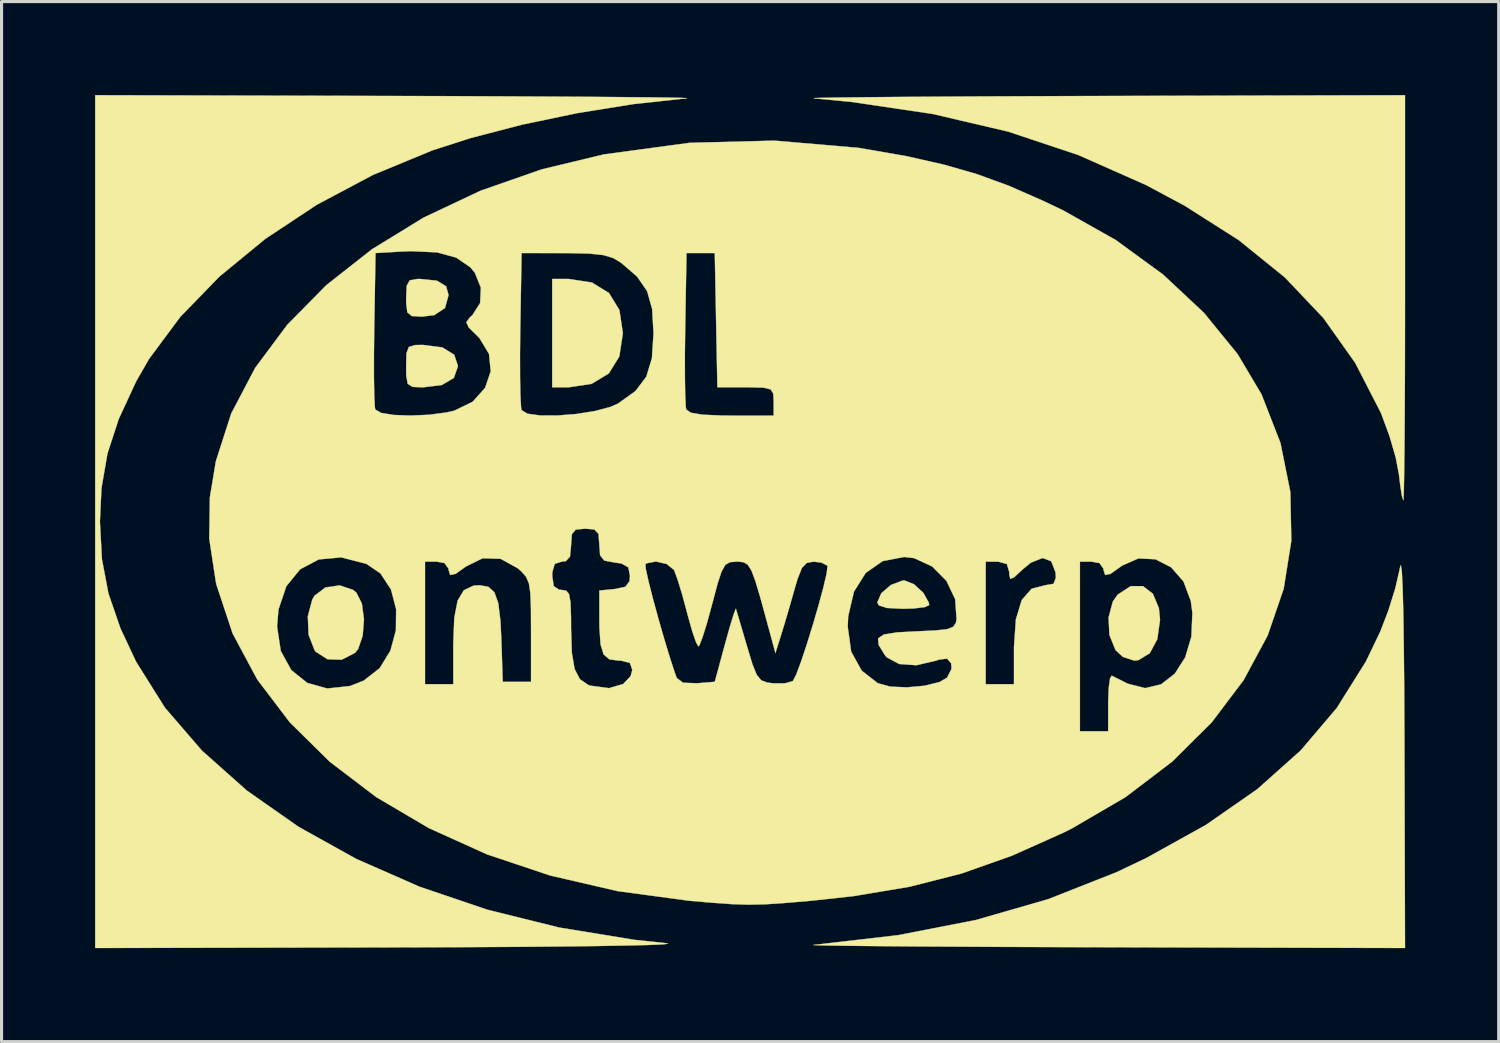
<source format=kicad_pcb>
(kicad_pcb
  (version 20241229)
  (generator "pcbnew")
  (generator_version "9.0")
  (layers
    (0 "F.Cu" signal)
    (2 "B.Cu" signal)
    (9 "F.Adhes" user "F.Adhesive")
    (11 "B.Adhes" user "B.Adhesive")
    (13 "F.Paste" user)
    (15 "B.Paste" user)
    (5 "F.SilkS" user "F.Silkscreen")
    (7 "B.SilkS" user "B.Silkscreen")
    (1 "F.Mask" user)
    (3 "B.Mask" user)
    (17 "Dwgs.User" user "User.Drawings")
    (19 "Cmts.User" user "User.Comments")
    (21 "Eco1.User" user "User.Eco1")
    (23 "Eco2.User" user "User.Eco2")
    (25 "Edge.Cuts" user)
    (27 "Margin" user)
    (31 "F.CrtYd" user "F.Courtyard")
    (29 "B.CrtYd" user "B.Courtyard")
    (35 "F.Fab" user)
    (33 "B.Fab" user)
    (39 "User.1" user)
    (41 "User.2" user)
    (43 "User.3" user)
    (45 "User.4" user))
  (footprint "LOGO1"
    (layer "F.Cu")
    (at 21.02 13.612)
    (property "Reference" "LOGO1" (at 0 0 0) (layer "F.SilkS") (effects (font (size 1.524 1.524) (thickness 0.3))))
    (attr through_hole)
    (fp_poly (pts (xy -5.078 -7.597) (xy -4.529 -7.26) (xy -4.194 -6.712) (xy -4.082 -5.972) (xy -4.197 -5.224) (xy -4.535 -4.678) (xy -5.086 -4.345) (xy -5.831 -4.233) (xy -6.35 -4.233) (xy -6.35 -7.711) (xy -5.831 -7.711) (xy -5.078 -7.597)) (stroke (width 0.01) (type solid)) (fill yes) (layer "F.SilkS"))
    (fp_poly (pts (xy -10.051 -7.655) (xy -9.756 -7.477) (xy -9.676 -7.196) (xy -9.791 -6.778) (xy -10.138 -6.55) (xy -10.538 -6.501) (xy -10.858 -6.521) (xy -11 -6.64) (xy -11.036 -6.945) (xy -11.037 -7.106) (xy -11.019 -7.494) (xy -10.922 -7.666) (xy -10.683 -7.71) (xy -10.596 -7.711) (xy -10.051 -7.655)) (stroke (width 0.01) (type solid)) (fill yes) (layer "F.SilkS"))
    (fp_poly (pts (xy -9.875 -5.514) (xy -9.496 -5.28) (xy -9.374 -4.914) (xy -9.506 -4.536) (xy -9.893 -4.307) (xy -10.498 -4.233) (xy -10.829 -4.247) (xy -10.986 -4.344) (xy -11.034 -4.606) (xy -11.037 -4.914) (xy -11.026 -5.332) (xy -10.949 -5.53) (xy -10.742 -5.59) (xy -10.498 -5.594) (xy -9.875 -5.514)) (stroke (width 0.01) (type solid)) (fill yes) (layer "F.SilkS"))
    (fp_poly (pts (xy 5.258 2.085) (xy 5.559 2.362) (xy 5.735 2.676) (xy 5.745 2.755) (xy 5.608 2.819) (xy 5.256 2.862) (xy 4.914 2.873) (xy 4.392 2.847) (xy 4.131 2.764) (xy 4.082 2.669) (xy 4.21 2.374) (xy 4.517 2.109) (xy 4.885 1.97) (xy 4.955 1.965) (xy 5.258 2.085)) (stroke (width 0.01) (type solid)) (fill yes) (layer "F.SilkS"))
    (fp_poly (pts (xy 12.607 2.146) (xy 12.924 2.391) (xy 13.117 2.851) (xy 13.154 3.228) (xy 13.066 3.851) (xy 12.825 4.299) (xy 12.462 4.52) (xy 12.322 4.536) (xy 11.959 4.415) (xy 11.726 4.2) (xy 11.53 3.716) (xy 11.502 3.154) (xy 11.637 2.645) (xy 11.793 2.419) (xy 12.214 2.146) (xy 12.607 2.146)) (stroke (width 0.01) (type solid)) (fill yes) (layer "F.SilkS"))
    (fp_poly (pts (xy -12.743 2.266) (xy -12.635 2.354) (xy -12.458 2.705) (xy -12.391 3.208) (xy -12.432 3.736) (xy -12.577 4.162) (xy -12.674 4.285) (xy -13.102 4.506) (xy -13.559 4.493) (xy -13.935 4.254) (xy -13.977 4.2) (xy -14.168 3.706) (xy -14.192 3.113) (xy -14.049 2.575) (xy -13.977 2.453) (xy -13.627 2.188) (xy -13.173 2.122) (xy -12.743 2.266)) (stroke (width 0.01) (type solid)) (fill yes) (layer "F.SilkS"))
    (fp_poly (pts (xy 20.913 1.675) (xy 20.938 2.175) (xy 20.96 2.967) (xy 20.976 4.048) (xy 20.989 5.415) (xy 20.997 7.065) (xy 20.997 7.219) (xy 21.015 13.758) (xy 11.226 13.733) (xy 9.556 13.728) (xy 7.994 13.722) (xy 6.563 13.714) (xy 5.287 13.707) (xy 4.187 13.698) (xy 3.288 13.689) (xy 2.612 13.68) (xy 2.182 13.671) (xy 2.023 13.662) (xy 2.041 13.659) (xy 4.748 13.346) (xy 7.243 12.86) (xy 9.568 12.19) (xy 11.765 11.323) (xy 12.7 10.878) (xy 14.628 9.807) (xy 16.278 8.659) (xy 17.671 7.415) (xy 18.825 6.057) (xy 19.76 4.565) (xy 20.22 3.608) (xy 20.482 2.926) (xy 20.705 2.211) (xy 20.843 1.609) (xy 20.849 1.566) (xy 20.883 1.471) (xy 20.913 1.675)) (stroke (width 0.01) (type solid)) (fill yes) (layer "F.SilkS"))
    (fp_poly (pts (xy 21.015 -7.106) (xy 21.014 -5.737) (xy 21.011 -4.466) (xy 21.005 -3.324) (xy 20.998 -2.341) (xy 20.989 -1.549) (xy 20.979 -0.979) (xy 20.968 -0.661) (xy 20.961 -0.605) (xy 20.917 -0.741) (xy 20.861 -1.093) (xy 20.821 -1.435) (xy 20.716 -1.984) (xy 20.517 -2.668) (xy 20.265 -3.351) (xy 20.228 -3.439) (xy 19.415 -5.02) (xy 18.399 -6.454) (xy 17.159 -7.761) (xy 15.675 -8.961) (xy 13.927 -10.072) (xy 12.7 -10.727) (xy 10.544 -11.683) (xy 8.28 -12.439) (xy 5.865 -13.004) (xy 3.257 -13.391) (xy 2.041 -13.507) (xy 2.082 -13.516) (xy 2.403 -13.525) (xy 2.98 -13.534) (xy 3.789 -13.543) (xy 4.809 -13.552) (xy 6.015 -13.56) (xy 7.385 -13.568) (xy 8.896 -13.574) (xy 10.524 -13.58) (xy 11.226 -13.582) (xy 21.015 -13.607) (xy 21.015 -7.106)) (stroke (width 0.01) (type solid)) (fill yes) (layer "F.SilkS"))
    (fp_poly (pts (xy -11.226 -13.582) (xy -9.556 -13.577) (xy -7.994 -13.57) (xy -6.563 -13.563) (xy -5.287 -13.556) (xy -4.187 -13.547) (xy -3.288 -13.539) (xy -2.612 -13.53) (xy -2.182 -13.521) (xy -2.023 -13.512) (xy -2.041 -13.508) (xy -3.751 -13.321) (xy -5.542 -13.033) (xy -7.315 -12.663) (xy -8.97 -12.232) (xy -10.189 -11.84) (xy -12.105 -11.048) (xy -13.906 -10.091) (xy -15.559 -8.996) (xy -17.029 -7.788) (xy -18.284 -6.496) (xy -19.288 -5.144) (xy -19.701 -4.425) (xy -20.26 -3.217) (xy -20.622 -2.109) (xy -20.814 -0.997) (xy -20.864 0.076) (xy -20.8 1.278) (xy -20.59 2.385) (xy -20.206 3.499) (xy -19.701 4.576) (xy -18.778 6.047) (xy -17.587 7.428) (xy -16.151 8.705) (xy -14.494 9.867) (xy -12.639 10.899) (xy -10.61 11.791) (xy -8.43 12.53) (xy -6.124 13.102) (xy -3.713 13.496) (xy -2.721 13.601) (xy -2.629 13.622) (xy -2.822 13.643) (xy -3.283 13.662) (xy -3.997 13.679) (xy -4.945 13.695) (xy -6.11 13.709) (xy -7.477 13.721) (xy -9.028 13.73) (xy -10.746 13.736) (xy -11.226 13.737) (xy -21.015 13.758) (xy -21.015 -13.607) (xy -11.226 -13.582)) (stroke (width 0.01) (type solid)) (fill yes) (layer "F.SilkS"))
    (fp_poly (pts (xy 3.485 -11.917) (xy 5.023 -11.65) (xy 6.223 -11.378) (xy 7.279 -11.074) (xy 8.303 -10.7) (xy 9.406 -10.216) (xy 10.054 -9.906) (xy 11.733 -8.96) (xy 13.248 -7.855) (xy 14.564 -6.623) (xy 15.646 -5.296) (xy 16.411 -4.007) (xy 17.019 -2.446) (xy 17.335 -0.875) (xy 17.367 0.69) (xy 17.122 2.23) (xy 16.609 3.727) (xy 15.836 5.162) (xy 14.812 6.518) (xy 13.544 7.777) (xy 12.041 8.92) (xy 10.311 9.929) (xy 10.054 10.057) (xy 8.397 10.798) (xy 6.781 11.369) (xy 5.114 11.793) (xy 3.309 12.095) (xy 1.904 12.247) (xy 1.098 12.315) (xy 0.483 12.356) (xy -0.042 12.367) (xy -0.578 12.351) (xy -1.224 12.305) (xy -1.973 12.24) (xy -4.255 11.932) (xy -6.417 11.432) (xy -8.441 10.754) (xy -10.308 9.911) (xy -11.998 8.915) (xy -13.492 7.779) (xy -14.771 6.517) (xy -15.815 5.142) (xy -16.606 3.665) (xy -16.682 3.436) (xy -15.18 3.436) (xy -15.061 4.226) (xy -14.723 4.84) (xy -14.211 5.251) (xy -13.569 5.431) (xy -12.84 5.352) (xy -12.398 5.178) (xy -11.886 4.778) (xy -11.542 4.216) (xy -11.366 3.562) (xy -11.359 2.885) (xy -11.524 2.254) (xy -11.862 1.738) (xy -12.312 1.431) (xy -12.585 1.361) (xy -10.432 1.361) (xy -10.432 5.292) (xy -9.525 5.292) (xy -9.525 3.981) (xy -9.493 3.166) (xy -9.386 2.612) (xy -9.187 2.279) (xy -8.879 2.132) (xy -8.689 2.117) (xy -8.402 2.165) (xy -8.206 2.342) (xy -8.082 2.692) (xy -8.011 3.264) (xy -7.982 3.863) (xy -7.938 5.216) (xy -7.03 5.216) (xy -7.03 3.578) (xy -7.033 2.854) (xy -7.052 2.367) (xy -7.099 2.053) (xy -7.19 1.845) (xy -7.217 1.814) (xy -6.35 1.814) (xy -6.302 2.146) (xy -6.126 2.263) (xy -6.048 2.268) (xy -5.899 2.292) (xy -5.809 2.405) (xy -5.763 2.667) (xy -5.747 3.136) (xy -5.745 3.524) (xy -5.72 4.287) (xy -5.632 4.804) (xy -5.464 5.129) (xy -5.197 5.316) (xy -5.14 5.338) (xy -4.527 5.42) (xy -4.072 5.286) (xy -3.835 5.036) (xy -3.78 4.833) (xy -3.857 4.612) (xy -4.136 4.537) (xy -4.217 4.536) (xy -4.515 4.496) (xy -4.701 4.339) (xy -4.8 4.012) (xy -4.836 3.46) (xy -4.838 3.172) (xy -4.838 2.287) (xy -4.347 2.24) (xy -4.002 2.167) (xy -3.87 1.989) (xy -3.855 1.814) (xy -3.907 1.544) (xy -4.081 1.444) (xy -3.36 1.444) (xy -3.345 1.605) (xy -3.261 1.988) (xy -3.124 2.527) (xy -2.953 3.155) (xy -2.766 3.806) (xy -2.583 4.413) (xy -2.421 4.909) (xy -2.354 5.093) (xy -2.152 5.246) (xy -1.702 5.263) (xy -1.134 5.216) (xy -0.806 4.007) (xy -0.655 3.465) (xy -0.534 3.068) (xy -0.464 2.878) (xy -0.455 2.873) (xy -0.404 3.044) (xy -0.29 3.429) (xy -0.136 3.953) (xy -0.098 4.082) (xy 0.075 4.652) (xy 0.213 4.993) (xy 0.358 5.169) (xy 0.556 5.242) (xy 0.741 5.265) (xy 1.123 5.264) (xy 1.366 5.194) (xy 1.375 5.186) (xy 1.478 4.987) (xy 1.633 4.574) (xy 1.818 4.018) (xy 1.995 3.447) (xy 3.132 3.447) (xy 3.243 4.249) (xy 3.58 4.858) (xy 4.097 5.261) (xy 4.494 5.37) (xy 5.034 5.394) (xy 5.601 5.342) (xy 6.079 5.223) (xy 6.319 5.085) (xy 6.463 4.801) (xy 6.452 4.625) (xy 6.322 4.472) (xy 6.06 4.504) (xy 5.968 4.537) (xy 5.338 4.684) (xy 4.783 4.645) (xy 4.382 4.428) (xy 4.318 4.351) (xy 4.126 4.034) (xy 4.106 3.825) (xy 4.29 3.699) (xy 4.713 3.63) (xy 5.329 3.597) (xy 5.944 3.569) (xy 6.319 3.528) (xy 6.517 3.453) (xy 6.602 3.326) (xy 6.625 3.21) (xy 6.58 2.565) (xy 6.3 1.977) (xy 5.842 1.515) (xy 5.509 1.361) (xy 7.56 1.361) (xy 7.56 5.292) (xy 8.467 5.292) (xy 8.467 4.103) (xy 8.528 3.214) (xy 8.716 2.593) (xy 9.034 2.23) (xy 9.47 2.117) (xy 9.739 2.071) (xy 9.812 1.873) (xy 9.8 1.702) (xy 9.668 1.361) (xy 10.583 1.361) (xy 10.583 6.804) (xy 11.49 6.804) (xy 11.49 5.884) (xy 11.507 5.413) (xy 11.551 5.101) (xy 11.604 5.019) (xy 11.81 5.122) (xy 12.122 5.278) (xy 12.678 5.419) (xy 13.19 5.297) (xy 13.628 4.955) (xy 13.962 4.431) (xy 14.16 3.766) (xy 14.192 3) (xy 14.142 2.624) (xy 13.908 1.998) (xy 13.51 1.541) (xy 13.008 1.284) (xy 12.463 1.256) (xy 11.934 1.488) (xy 11.903 1.512) (xy 11.564 1.753) (xy 11.393 1.789) (xy 11.34 1.627) (xy 11.339 1.587) (xy 11.208 1.405) (xy 10.961 1.361) (xy 10.583 1.361) (xy 9.668 1.361) (xy 9.663 1.347) (xy 9.388 1.243) (xy 9.011 1.392) (xy 8.754 1.602) (xy 8.475 1.859) (xy 8.35 1.916) (xy 8.317 1.786) (xy 8.315 1.691) (xy 8.239 1.436) (xy 7.961 1.361) (xy 7.938 1.361) (xy 7.56 1.361) (xy 5.509 1.361) (xy 5.265 1.248) (xy 4.944 1.21) (xy 4.254 1.343) (xy 3.709 1.723) (xy 3.332 2.323) (xy 3.147 3.113) (xy 3.132 3.447) (xy 1.995 3.447) (xy 2.014 3.387) (xy 2.199 2.751) (xy 2.353 2.179) (xy 2.455 1.741) (xy 2.485 1.506) (xy 2.48 1.489) (xy 2.284 1.389) (xy 2.036 1.361) (xy 1.819 1.4) (xy 1.663 1.561) (xy 1.523 1.913) (xy 1.43 2.23) (xy 1.259 2.83) (xy 1.085 3.417) (xy 1 3.695) (xy 0.812 4.292) (xy 0.548 3.318) (xy 0.332 2.53) (xy 0.171 1.989) (xy 0.043 1.647) (xy -0.076 1.459) (xy -0.209 1.379) (xy -0.381 1.361) (xy -0.445 1.361) (xy -0.647 1.377) (xy -0.792 1.461) (xy -0.913 1.67) (xy -1.042 2.059) (xy -1.208 2.684) (xy -1.218 2.721) (xy -1.379 3.313) (xy -1.522 3.775) (xy -1.626 4.042) (xy -1.658 4.082) (xy -1.735 3.947) (xy -1.858 3.59) (xy -2.001 3.083) (xy -2.026 2.986) (xy -2.181 2.413) (xy -2.328 1.932) (xy -2.437 1.639) (xy -2.443 1.625) (xy -2.676 1.436) (xy -3.022 1.355) (xy -3.32 1.413) (xy -3.36 1.444) (xy -4.081 1.444) (xy -4.121 1.422) (xy -4.347 1.389) (xy -4.68 1.326) (xy -4.814 1.157) (xy -4.838 0.822) (xy -4.865 0.471) (xy -4.998 0.328) (xy -5.292 0.302) (xy -5.596 0.332) (xy -5.721 0.482) (xy -5.745 0.832) (xy -5.779 1.196) (xy -5.911 1.343) (xy -6.048 1.361) (xy -6.269 1.432) (xy -6.347 1.697) (xy -6.35 1.814) (xy -7.217 1.814) (xy -7.337 1.678) (xy -7.455 1.574) (xy -8.006 1.269) (xy -8.582 1.252) (xy -9.113 1.512) (xy -9.452 1.753) (xy -9.623 1.789) (xy -9.676 1.627) (xy -9.676 1.587) (xy -9.808 1.405) (xy -10.054 1.361) (xy -10.432 1.361) (xy -12.585 1.361) (xy -13.121 1.223) (xy -13.842 1.29) (xy -14.44 1.606) (xy -14.882 2.149) (xy -15.134 2.896) (xy -15.18 3.436) (xy -16.682 3.436) (xy -17.124 2.102) (xy -17.144 2.011) (xy -17.355 0.627) (xy -17.336 -0.699) (xy -17.144 -1.86) (xy -16.65 -3.394) (xy -15.881 -4.858) (xy -15.556 -5.295) (xy -12.071 -5.295) (xy -12.071 -4.56) (xy -12.061 -3.982) (xy -12.043 -3.616) (xy -12.028 -3.521) (xy -11.843 -3.413) (xy -11.44 -3.347) (xy -10.903 -3.327) (xy -10.314 -3.352) (xy -9.755 -3.424) (xy -9.494 -3.483) (xy -8.901 -3.772) (xy -8.504 -4.216) (xy -8.323 -4.748) (xy -8.377 -5.293) (xy -7.384 -5.293) (xy -7.382 -4.555) (xy -7.371 -3.972) (xy -7.35 -3.6) (xy -7.334 -3.502) (xy -7.143 -3.386) (xy -6.734 -3.33) (xy -6.185 -3.329) (xy -5.575 -3.378) (xy -4.981 -3.472) (xy -4.481 -3.605) (xy -4.236 -3.714) (xy -3.681 -4.112) (xy -3.332 -4.571) (xy -3.151 -5.167) (xy -3.143 -5.295) (xy -2.093 -5.295) (xy -2.092 -4.56) (xy -2.083 -3.982) (xy -2.065 -3.616) (xy -2.05 -3.521) (xy -1.901 -3.418) (xy -1.529 -3.355) (xy -0.9 -3.328) (xy -0.61 -3.326) (xy 0.756 -3.326) (xy 0.756 -3.78) (xy 0.744 -4.031) (xy 0.66 -4.167) (xy 0.434 -4.222) (xy -0.007 -4.233) (xy -0.147 -4.233) (xy -1.05 -4.233) (xy -1.092 -6.388) (xy -1.134 -8.542) (xy -2.041 -8.542) (xy -2.083 -6.129) (xy -2.093 -5.295) (xy -3.143 -5.295) (xy -3.099 -5.971) (xy -3.144 -6.746) (xy -3.305 -7.32) (xy -3.626 -7.786) (xy -4.138 -8.229) (xy -4.392 -8.382) (xy -4.705 -8.476) (xy -5.154 -8.524) (xy -5.815 -8.54) (xy -5.943 -8.54) (xy -7.333 -8.542) (xy -7.375 -6.129) (xy -7.384 -5.293) (xy -8.377 -5.293) (xy -8.378 -5.304) (xy -8.689 -5.818) (xy -8.759 -5.887) (xy -9.033 -6.159) (xy -9.106 -6.323) (xy -8.998 -6.473) (xy -8.91 -6.551) (xy -8.663 -6.941) (xy -8.639 -7.429) (xy -8.834 -7.911) (xy -8.979 -8.086) (xy -9.429 -8.395) (xy -10.045 -8.564) (xy -10.876 -8.602) (xy -11.188 -8.59) (xy -12.02 -8.542) (xy -12.061 -6.129) (xy -12.071 -5.295) (xy -15.556 -5.295) (xy -14.856 -6.236) (xy -13.6 -7.511) (xy -12.133 -8.664) (xy -10.477 -9.68) (xy -8.654 -10.54) (xy -6.686 -11.228) (xy -4.689 -11.708) (xy -1.946 -12.079) (xy 0.777 -12.149) (xy 3.485 -11.917)) (stroke (width 0.01) (type solid)) (fill yes) (layer "F.SilkS")))
  (gr_rect
    (start -3 -3)
    (end 45.041 30.375)
    (stroke (width 0.1) (type default))
    (fill no)
    (layer "Edge.Cuts")))
</source>
